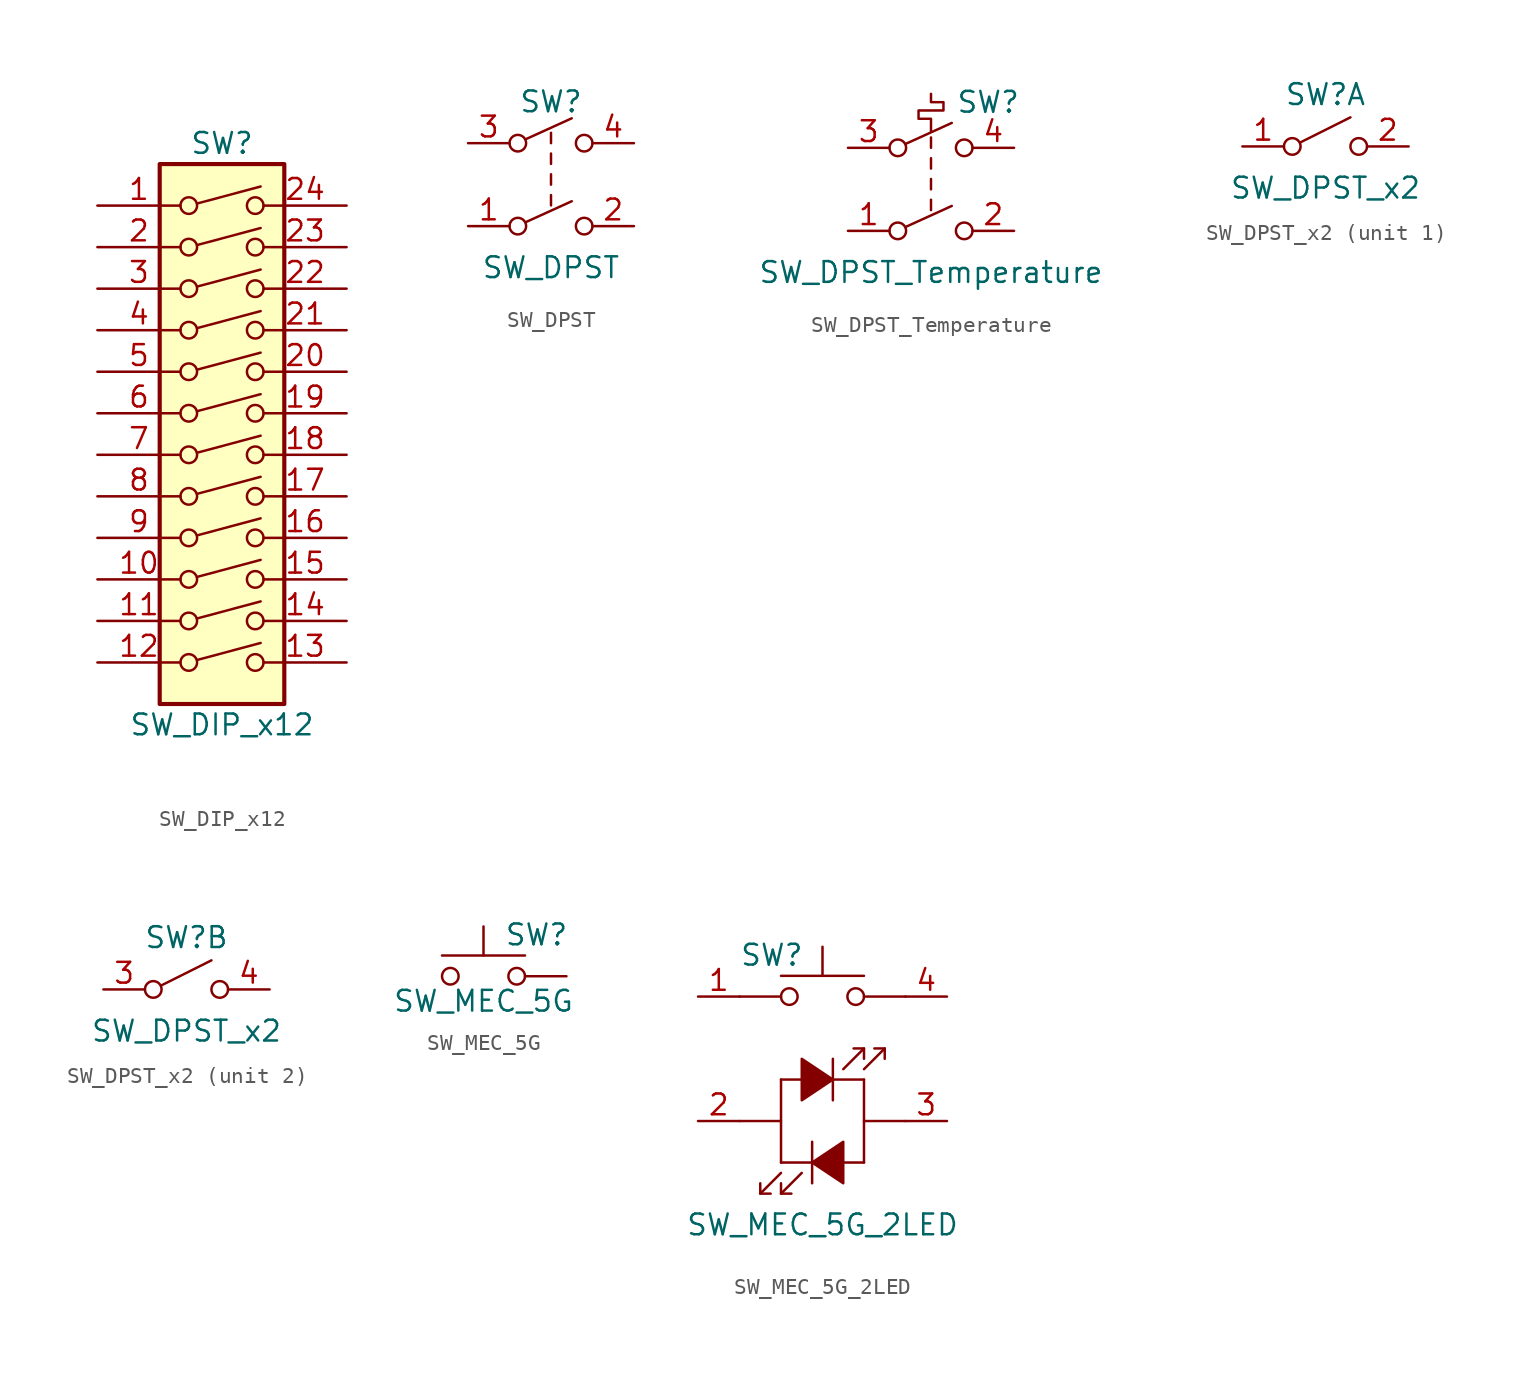
<source format=kicad_sym>
(kicad_symbol_lib
  (version 20201005)
  (generator kicad_symbol_editor)
  (symbol "SW_DIP_x12"
    (pin_names
      (offset 0) hide)
    (property "Reference" "SW"
      (at 0 19.05 0)
      (effects (font (size 1.27 1.27))))
    (property "Value" "SW_DIP_x12"
      (at 0 -16.51 0)
      (effects (font (size 1.27 1.27))))
    (symbol "SW_DIP_x12_0_0"
      (circle (center -2.032 -12.7) (radius 0.508) (stroke (width 0)) (fill (type none)))
      (circle (center -2.032 -10.16) (radius 0.508) (stroke (width 0)) (fill (type none)))
      (circle (center -2.032 -7.62) (radius 0.508) (stroke (width 0)) (fill (type none)))
      (circle (center -2.032 -5.08) (radius 0.508) (stroke (width 0)) (fill (type none)))
      (circle (center -2.032 -2.54) (radius 0.508) (stroke (width 0)) (fill (type none)))
      (circle (center -2.032 0) (radius 0.508) (stroke (width 0)) (fill (type none)))
      (circle (center -2.032 2.54) (radius 0.508) (stroke (width 0)) (fill (type none)))
      (circle (center -2.032 5.08) (radius 0.508) (stroke (width 0)) (fill (type none)))
      (circle (center -2.032 7.62) (radius 0.508) (stroke (width 0)) (fill (type none)))
      (circle (center -2.032 10.16) (radius 0.508) (stroke (width 0)) (fill (type none)))
      (circle (center -2.032 12.7) (radius 0.508) (stroke (width 0)) (fill (type none)))
      (circle (center -2.032 15.24) (radius 0.508) (stroke (width 0)) (fill (type none)))
      (circle (center 2.032 -12.7) (radius 0.508) (stroke (width 0)) (fill (type none)))
      (circle (center 2.032 -10.16) (radius 0.508) (stroke (width 0)) (fill (type none)))
      (circle (center 2.032 -7.62) (radius 0.508) (stroke (width 0)) (fill (type none)))
      (circle (center 2.032 -5.08) (radius 0.508) (stroke (width 0)) (fill (type none)))
      (circle (center 2.032 -2.54) (radius 0.508) (stroke (width 0)) (fill (type none)))
      (circle (center 2.032 0) (radius 0.508) (stroke (width 0)) (fill (type none)))
      (circle (center 2.032 2.54) (radius 0.508) (stroke (width 0)) (fill (type none)))
      (circle (center 2.032 5.08) (radius 0.508) (stroke (width 0)) (fill (type none)))
      (circle (center 2.032 7.62) (radius 0.508) (stroke (width 0)) (fill (type none)))
      (circle (center 2.032 10.16) (radius 0.508) (stroke (width 0)) (fill (type none)))
      (circle (center 2.032 12.7) (radius 0.508) (stroke (width 0)) (fill (type none)))
      (circle (center 2.032 15.24) (radius 0.508) (stroke (width 0)) (fill (type none)))
      (polyline (pts (xy -1.524 -12.548) (xy 2.362 -11.506)) (stroke (width 0)) (fill (type none)))
      (polyline (pts (xy -1.524 -10.008) (xy 2.362 -8.966)) (stroke (width 0)) (fill (type none)))
      (polyline (pts (xy -1.524 -7.468) (xy 2.362 -6.426)) (stroke (width 0)) (fill (type none)))
      (polyline (pts (xy -1.524 -4.928) (xy 2.362 -3.886)) (stroke (width 0)) (fill (type none)))
      (polyline (pts (xy -1.524 -2.388) (xy 2.362 -1.346)) (stroke (width 0)) (fill (type none)))
      (polyline (pts (xy -1.524 0.127) (xy 2.362 1.168)) (stroke (width 0)) (fill (type none)))
      (polyline (pts (xy -1.524 2.667) (xy 2.362 3.708)) (stroke (width 0)) (fill (type none)))
      (polyline (pts (xy -1.524 5.207) (xy 2.362 6.248)) (stroke (width 0)) (fill (type none)))
      (polyline (pts (xy -1.524 7.747) (xy 2.362 8.788)) (stroke (width 0)) (fill (type none)))
      (polyline (pts (xy -1.524 10.287) (xy 2.362 11.328)) (stroke (width 0)) (fill (type none)))
      (polyline (pts (xy -1.524 12.827) (xy 2.362 13.868)) (stroke (width 0)) (fill (type none)))
      (polyline (pts (xy -1.524 15.367) (xy 2.362 16.408)) (stroke (width 0)) (fill (type none))))
    (symbol "SW_DIP_x12_0_1"
      (rectangle (start -3.81 17.78) (end 3.81 -15.24) (stroke (width 0.254)) (fill (type background))))
    (symbol "SW_DIP_x12_1_1"
      (pin passive line (at -7.62 15.24 0) (length 5.08) (name "~" (effects (font (size 1.27 1.27)))) (number "1" (effects (font (size 1.27 1.27)))))
      (pin passive line (at -7.62 -7.62 0) (length 5.08) (name "~" (effects (font (size 1.27 1.27)))) (number "10" (effects (font (size 1.27 1.27)))))
      (pin passive line (at -7.62 -10.16 0) (length 5.08) (name "~" (effects (font (size 1.27 1.27)))) (number "11" (effects (font (size 1.27 1.27)))))
      (pin passive line (at -7.62 -12.7 0) (length 5.08) (name "~" (effects (font (size 1.27 1.27)))) (number "12" (effects (font (size 1.27 1.27)))))
      (pin passive line (at 7.62 -12.7 180) (length 5.08) (name "~" (effects (font (size 1.27 1.27)))) (number "13" (effects (font (size 1.27 1.27)))))
      (pin passive line (at 7.62 -10.16 180) (length 5.08) (name "~" (effects (font (size 1.27 1.27)))) (number "14" (effects (font (size 1.27 1.27)))))
      (pin passive line (at 7.62 -7.62 180) (length 5.08) (name "~" (effects (font (size 1.27 1.27)))) (number "15" (effects (font (size 1.27 1.27)))))
      (pin passive line (at 7.62 -5.08 180) (length 5.08) (name "~" (effects (font (size 1.27 1.27)))) (number "16" (effects (font (size 1.27 1.27)))))
      (pin passive line (at 7.62 -2.54 180) (length 5.08) (name "~" (effects (font (size 1.27 1.27)))) (number "17" (effects (font (size 1.27 1.27)))))
      (pin passive line (at 7.62 0 180) (length 5.08) (name "~" (effects (font (size 1.27 1.27)))) (number "18" (effects (font (size 1.27 1.27)))))
      (pin passive line (at 7.62 2.54 180) (length 5.08) (name "~" (effects (font (size 1.27 1.27)))) (number "19" (effects (font (size 1.27 1.27)))))
      (pin passive line (at -7.62 12.7 0) (length 5.08) (name "~" (effects (font (size 1.27 1.27)))) (number "2" (effects (font (size 1.27 1.27)))))
      (pin passive line (at 7.62 5.08 180) (length 5.08) (name "~" (effects (font (size 1.27 1.27)))) (number "20" (effects (font (size 1.27 1.27)))))
      (pin passive line (at 7.62 7.62 180) (length 5.08) (name "~" (effects (font (size 1.27 1.27)))) (number "21" (effects (font (size 1.27 1.27)))))
      (pin passive line (at 7.62 10.16 180) (length 5.08) (name "~" (effects (font (size 1.27 1.27)))) (number "22" (effects (font (size 1.27 1.27)))))
      (pin passive line (at 7.62 12.7 180) (length 5.08) (name "~" (effects (font (size 1.27 1.27)))) (number "23" (effects (font (size 1.27 1.27)))))
      (pin passive line (at 7.62 15.24 180) (length 5.08) (name "~" (effects (font (size 1.27 1.27)))) (number "24" (effects (font (size 1.27 1.27)))))
      (pin passive line (at -7.62 10.16 0) (length 5.08) (name "~" (effects (font (size 1.27 1.27)))) (number "3" (effects (font (size 1.27 1.27)))))
      (pin passive line (at -7.62 7.62 0) (length 5.08) (name "~" (effects (font (size 1.27 1.27)))) (number "4" (effects (font (size 1.27 1.27)))))
      (pin passive line (at -7.62 5.08 0) (length 5.08) (name "~" (effects (font (size 1.27 1.27)))) (number "5" (effects (font (size 1.27 1.27)))))
      (pin passive line (at -7.62 2.54 0) (length 5.08) (name "~" (effects (font (size 1.27 1.27)))) (number "6" (effects (font (size 1.27 1.27)))))
      (pin passive line (at -7.62 0 0) (length 5.08) (name "~" (effects (font (size 1.27 1.27)))) (number "7" (effects (font (size 1.27 1.27)))))
      (pin passive line (at -7.62 -2.54 0) (length 5.08) (name "~" (effects (font (size 1.27 1.27)))) (number "8" (effects (font (size 1.27 1.27)))))
      (pin passive line (at -7.62 -5.08 0) (length 5.08) (name "~" (effects (font (size 1.27 1.27)))) (number "9" (effects (font (size 1.27 1.27)))))))
  (symbol "SW_DPST"
    (pin_names
      (offset 0) hide)
    (property "Reference" "SW"
      (at 0 5.08 0)
      (effects (font (size 1.27 1.27))))
    (property "Value" "SW_DPST"
      (at 0 -5.08 0)
      (effects (font (size 1.27 1.27))))
    (symbol "SW_DPST_0_0"
      (circle (center -2.032 -2.54) (radius 0.508) (stroke (width 0)) (fill (type none)))
      (circle (center -2.032 2.54) (radius 0.508) (stroke (width 0)) (fill (type none)))
      (circle (center 2.032 -2.54) (radius 0.508) (stroke (width 0)) (fill (type none)))
      (circle (center 2.032 2.54) (radius 0.508) (stroke (width 0)) (fill (type none)))
      (polyline (pts (xy -1.524 -2.286) (xy 1.27 -1.016)) (stroke (width 0)) (fill (type none)))
      (polyline (pts (xy -1.524 2.794) (xy 1.27 4.064)) (stroke (width 0)) (fill (type none)))
      (polyline (pts (xy 0 -1.27) (xy 0 -0.635)) (stroke (width 0)) (fill (type none)))
      (polyline (pts (xy 0 0) (xy 0 0.635)) (stroke (width 0)) (fill (type none)))
      (polyline (pts (xy 0 1.27) (xy 0 1.905)) (stroke (width 0)) (fill (type none)))
      (polyline (pts (xy 0 2.54) (xy 0 3.175)) (stroke (width 0)) (fill (type none))))
    (symbol "SW_DPST_1_1"
      (pin passive line (at -5.08 -2.54 0) (length 2.54) (name "1" (effects (font (size 1.27 1.27)))) (number "1" (effects (font (size 1.27 1.27)))))
      (pin passive line (at 5.08 -2.54 180) (length 2.54) (name "2" (effects (font (size 1.27 1.27)))) (number "2" (effects (font (size 1.27 1.27)))))
      (pin passive line (at -5.08 2.54 0) (length 2.54) (name "3" (effects (font (size 1.27 1.27)))) (number "3" (effects (font (size 1.27 1.27)))))
      (pin passive line (at 5.08 2.54 180) (length 2.54) (name "4" (effects (font (size 1.27 1.27)))) (number "4" (effects (font (size 1.27 1.27)))))))
  (symbol "SW_DPST_Temperature"
    (pin_names
      (offset 0) hide)
    (property "Reference" "SW"
      (at 1.524 5.334 0)
      (effects (font (size 1.27 1.27)) (justify left)))
    (property "Value" "SW_DPST_Temperature"
      (at 0 -5.08 0)
      (effects (font (size 1.27 1.27))))
    (symbol "SW_DPST_Temperature_0_0"
      (circle (center -2.032 -2.54) (radius 0.508) (stroke (width 0)) (fill (type none)))
      (circle (center -2.032 2.54) (radius 0.508) (stroke (width 0)) (fill (type none)))
      (circle (center 2.032 -2.54) (radius 0.508) (stroke (width 0)) (fill (type none)))
      (circle (center 2.032 2.54) (radius 0.508) (stroke (width 0)) (fill (type none)))
      (polyline (pts (xy -1.524 -2.286) (xy 1.27 -1.016)) (stroke (width 0)) (fill (type none)))
      (polyline (pts (xy -1.524 2.794) (xy 1.27 4.064)) (stroke (width 0)) (fill (type none)))
      (polyline (pts (xy 0 -1.27) (xy 0 -0.635)) (stroke (width 0)) (fill (type none)))
      (polyline (pts (xy 0 0) (xy 0 0.635)) (stroke (width 0)) (fill (type none)))
      (polyline (pts (xy 0 1.27) (xy 0 1.905)) (stroke (width 0)) (fill (type none)))
      (polyline (pts (xy 0 2.54) (xy 0 3.175)) (stroke (width 0)) (fill (type none)))
      (polyline (pts (xy 0 3.556) (xy 0 4.318) (xy -0.762 4.318) (xy -0.762 4.826) (xy 0.762 4.826) (xy 0.762 5.334) (xy 0 5.334) (xy 0 5.842)) (stroke (width 0)) (fill (type none))))
    (symbol "SW_DPST_Temperature_1_1"
      (pin passive line (at -5.08 -2.54 0) (length 2.54) (name "1" (effects (font (size 1.27 1.27)))) (number "1" (effects (font (size 1.27 1.27)))))
      (pin passive line (at 5.08 -2.54 180) (length 2.54) (name "2" (effects (font (size 1.27 1.27)))) (number "2" (effects (font (size 1.27 1.27)))))
      (pin passive line (at -5.08 2.54 0) (length 2.54) (name "3" (effects (font (size 1.27 1.27)))) (number "3" (effects (font (size 1.27 1.27)))))
      (pin passive line (at 5.08 2.54 180) (length 2.54) (name "4" (effects (font (size 1.27 1.27)))) (number "4" (effects (font (size 1.27 1.27)))))))
  (symbol "SW_DPST_x2"
    (pin_names
      (offset 0) hide)
    (property "Reference" "SW"
      (at 0 3.175 0)
      (effects (font (size 1.27 1.27))))
    (property "Value" "SW_DPST_x2"
      (at 0 -2.54 0)
      (effects (font (size 1.27 1.27))))
    (symbol "SW_DPST_x2_0_0"
      (circle (center -2.032 0) (radius 0.508) (stroke (width 0)) (fill (type none)))
      (circle (center 2.032 0) (radius 0.508) (stroke (width 0)) (fill (type none)))
      (polyline (pts (xy -1.524 0.254) (xy 1.524 1.778)) (stroke (width 0)) (fill (type none))))
    (symbol "SW_DPST_x2_1_1"
      (pin passive line (at -5.08 0 0) (length 2.54) (name "A" (effects (font (size 1.27 1.27)))) (number "1" (effects (font (size 1.27 1.27)))))
      (pin passive line (at 5.08 0 180) (length 2.54) (name "B" (effects (font (size 1.27 1.27)))) (number "2" (effects (font (size 1.27 1.27))))))
    (symbol "SW_DPST_x2_2_1"
      (pin input line (at -5.08 0 0) (length 2.54) (name "A" (effects (font (size 1.27 1.27)))) (number "3" (effects (font (size 1.27 1.27)))))
      (pin input line (at 5.08 0 180) (length 2.54) (name "B" (effects (font (size 1.27 1.27)))) (number "4" (effects (font (size 1.27 1.27)))))))
  (symbol "SW_MEC_5G"
    (pin_numbers hide)
    (pin_names
      (offset 1.016) hide)
    (property "Reference" "SW"
      (at 1.27 2.54 0)
      (effects (font (size 1.27 1.27)) (justify left)))
    (property "Value" "SW_MEC_5G"
      (at 0 -1.524 0)
      (effects (font (size 1.27 1.27))))
    (symbol "SW_MEC_5G_0_1"
      (circle (center -2.032 0) (radius 0.508) (stroke (width 0)) (fill (type none)))
      (circle (center 2.032 0) (radius 0.508) (stroke (width 0)) (fill (type none)))
      (polyline (pts (xy 0 1.27) (xy 0 3.048)) (stroke (width 0)) (fill (type none)))
      (polyline (pts (xy 2.54 1.27) (xy -2.54 1.27)) (stroke (width 0)) (fill (type none)))
      (pin passive line (at -5.08 0 0) (length 2.54) hide (name "A" (effects (font (size 1.27 1.27)))) (number "1" (effects (font (size 1.27 1.27)))))
      (pin passive line (at 5.08 0 180) (length 2.54) (name "B" (effects (font (size 1.27 1.27)))) (number "3" (effects (font (size 1.27 1.27))))))
    (symbol "SW_MEC_5G_1_1"
      (pin passive line (at -5.08 0 0) (length 2.54) hide (name "A" (effects (font (size 1.27 1.27)))) (number "2" (effects (font (size 1.27 1.27)))))
      (pin passive line (at 5.08 0 180) (length 2.54) hide (name "B" (effects (font (size 1.27 1.27)))) (number "4" (effects (font (size 1.27 1.27)))))))
  (symbol "SW_MEC_5G_2LED"
    (pin_names
      (offset 1.016) hide)
    (property "Reference" "SW"
      (at -5.08 7.62 0)
      (effects (font (size 1.27 1.27)) (justify left)))
    (property "Value" "SW_MEC_5G_2LED"
      (at 0 -8.89 0)
      (effects (font (size 1.27 1.27))))
    (symbol "SW_MEC_5G_2LED_0_0"
      (polyline (pts (xy -5.08 -2.54) (xy -2.54 -2.54)) (stroke (width 0)) (fill (type none)))
      (polyline (pts (xy -5.08 5.08) (xy -2.54 5.08)) (stroke (width 0)) (fill (type none)))
      (polyline (pts (xy -3.81 -6.985) (xy -2.54 -5.715)) (stroke (width 0)) (fill (type none)))
      (polyline (pts (xy -2.54 -6.985) (xy -1.27 -5.715)) (stroke (width 0)) (fill (type none)))
      (polyline (pts (xy -2.54 -5.08) (xy 2.54 -5.08)) (stroke (width 0)) (fill (type none)))
      (polyline (pts (xy -2.54 0) (xy -2.54 -5.08)) (stroke (width 0)) (fill (type none)))
      (polyline (pts (xy -0.635 -3.81) (xy -0.635 -6.35)) (stroke (width 0)) (fill (type none)))
      (polyline (pts (xy 0.635 1.27) (xy 0.635 -1.27)) (stroke (width 0)) (fill (type none)))
      (polyline (pts (xy 2.54 0) (xy -2.54 0)) (stroke (width 0)) (fill (type none)))
      (polyline (pts (xy 2.54 0) (xy 2.54 -5.08)) (stroke (width 0)) (fill (type none)))
      (polyline (pts (xy 2.54 1.905) (xy 1.27 0.635)) (stroke (width 0)) (fill (type none)))
      (polyline (pts (xy 2.54 5.08) (xy 5.08 5.08)) (stroke (width 0)) (fill (type none)))
      (polyline (pts (xy 3.81 1.905) (xy 2.54 0.635)) (stroke (width 0)) (fill (type none)))
      (polyline (pts (xy 5.08 -2.54) (xy 2.54 -2.54)) (stroke (width 0)) (fill (type none)))
      (polyline (pts (xy -3.81 -6.35) (xy -3.81 -6.985) (xy -3.175 -6.985)) (stroke (width 0)) (fill (type none)))
      (polyline (pts (xy -2.54 -6.35) (xy -2.54 -6.985) (xy -1.905 -6.985)) (stroke (width 0)) (fill (type none)))
      (polyline (pts (xy 2.54 1.27) (xy 2.54 1.905) (xy 1.905 1.905)) (stroke (width 0)) (fill (type none)))
      (polyline (pts (xy 3.81 1.27) (xy 3.81 1.905) (xy 3.175 1.905)) (stroke (width 0)) (fill (type none)))
      (polyline (pts (xy -0.635 -5.08) (xy 1.27 -3.81) (xy 1.27 -6.35) (xy -0.635 -5.08)) (stroke (width 0)) (fill (type outline)))
      (polyline (pts (xy 0.635 0) (xy -1.27 1.27) (xy -1.27 -1.27) (xy 0.635 0)) (stroke (width 0)) (fill (type outline))))
    (symbol "SW_MEC_5G_2LED_0_1"
      (circle (center -2.032 5.08) (radius 0.508) (stroke (width 0)) (fill (type none)))
      (circle (center 2.032 5.08) (radius 0.508) (stroke (width 0)) (fill (type none)))
      (polyline (pts (xy 0 6.35) (xy 0 8.128)) (stroke (width 0)) (fill (type none)))
      (polyline (pts (xy 2.54 6.35) (xy -2.54 6.35)) (stroke (width 0)) (fill (type none)))
      (pin passive line (at -7.62 5.08 0) (length 2.54) (name "1" (effects (font (size 1.27 1.27)))) (number "1" (effects (font (size 1.27 1.27)))))
      (pin passive line (at -7.62 -2.54 0) (length 2.54) (name "2" (effects (font (size 1.27 1.27)))) (number "2" (effects (font (size 1.27 1.27)))))
      (pin passive line (at 7.62 -2.54 180) (length 2.54) (name "K" (effects (font (size 1.27 1.27)))) (number "3" (effects (font (size 1.27 1.27)))))
      (pin passive line (at 7.62 5.08 180) (length 2.54) (name "A" (effects (font (size 1.27 1.27)))) (number "4" (effects (font (size 1.27 1.27))))))))
</source>
